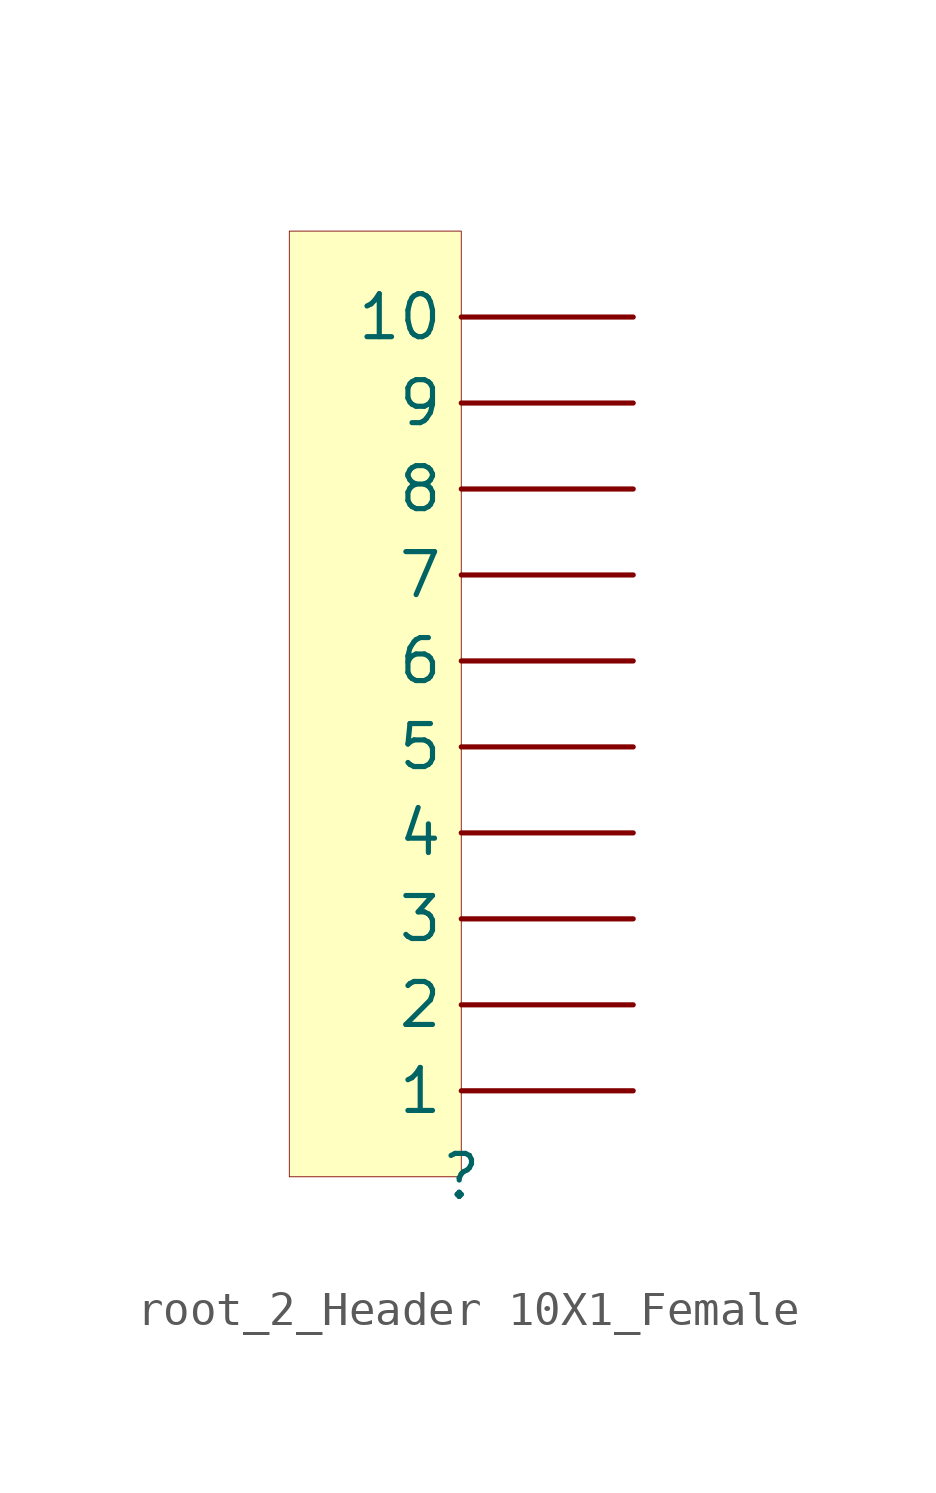
<source format=kicad_sym>
(kicad_symbol_lib
  (version 20231120)
  (generator "kicad_symbol_editor")
  (generator_version "8.0")
  (symbol "root_2_Header 10X1_Female"
    (property "Reference" ""
      (at 0 0 0)
      (effects (font (size 1.27 1.27))))
    (property "Value" ""
      (at 0 0 0)
      (effects (font (size 1.27 1.27))))
    (symbol "root_2_Header 10X1_Female_1_0"
      (rectangle (start 0 27.94) (end -5.08 0) (stroke (width 0.025) (type solid) (color 128 0 0 1)) (fill (type background)))
      (pin passive line (at 5.08 2.54 180) (length 5.08) (name "1" (effects (font (size 1.27 1.27)))) (number "1" (effects (font (size 0 0)))))
      (pin passive line (at 5.08 25.4 180) (length 5.08) (name "10" (effects (font (size 1.27 1.27)))) (number "10" (effects (font (size 0 0)))))
      (pin passive line (at 5.08 5.08 180) (length 5.08) (name "2" (effects (font (size 1.27 1.27)))) (number "2" (effects (font (size 0 0)))))
      (pin passive line (at 5.08 7.62 180) (length 5.08) (name "3" (effects (font (size 1.27 1.27)))) (number "3" (effects (font (size 0 0)))))
      (pin passive line (at 5.08 10.16 180) (length 5.08) (name "4" (effects (font (size 1.27 1.27)))) (number "4" (effects (font (size 0 0)))))
      (pin passive line (at 5.08 12.7 180) (length 5.08) (name "5" (effects (font (size 1.27 1.27)))) (number "5" (effects (font (size 0 0)))))
      (pin passive line (at 5.08 15.24 180) (length 5.08) (name "6" (effects (font (size 1.27 1.27)))) (number "6" (effects (font (size 0 0)))))
      (pin passive line (at 5.08 17.78 180) (length 5.08) (name "7" (effects (font (size 1.27 1.27)))) (number "7" (effects (font (size 0 0)))))
      (pin passive line (at 5.08 20.32 180) (length 5.08) (name "8" (effects (font (size 1.27 1.27)))) (number "8" (effects (font (size 0 0)))))
      (pin passive line (at 5.08 22.86 180) (length 5.08) (name "9" (effects (font (size 1.27 1.27)))) (number "9" (effects (font (size 0 0))))))))
</source>
